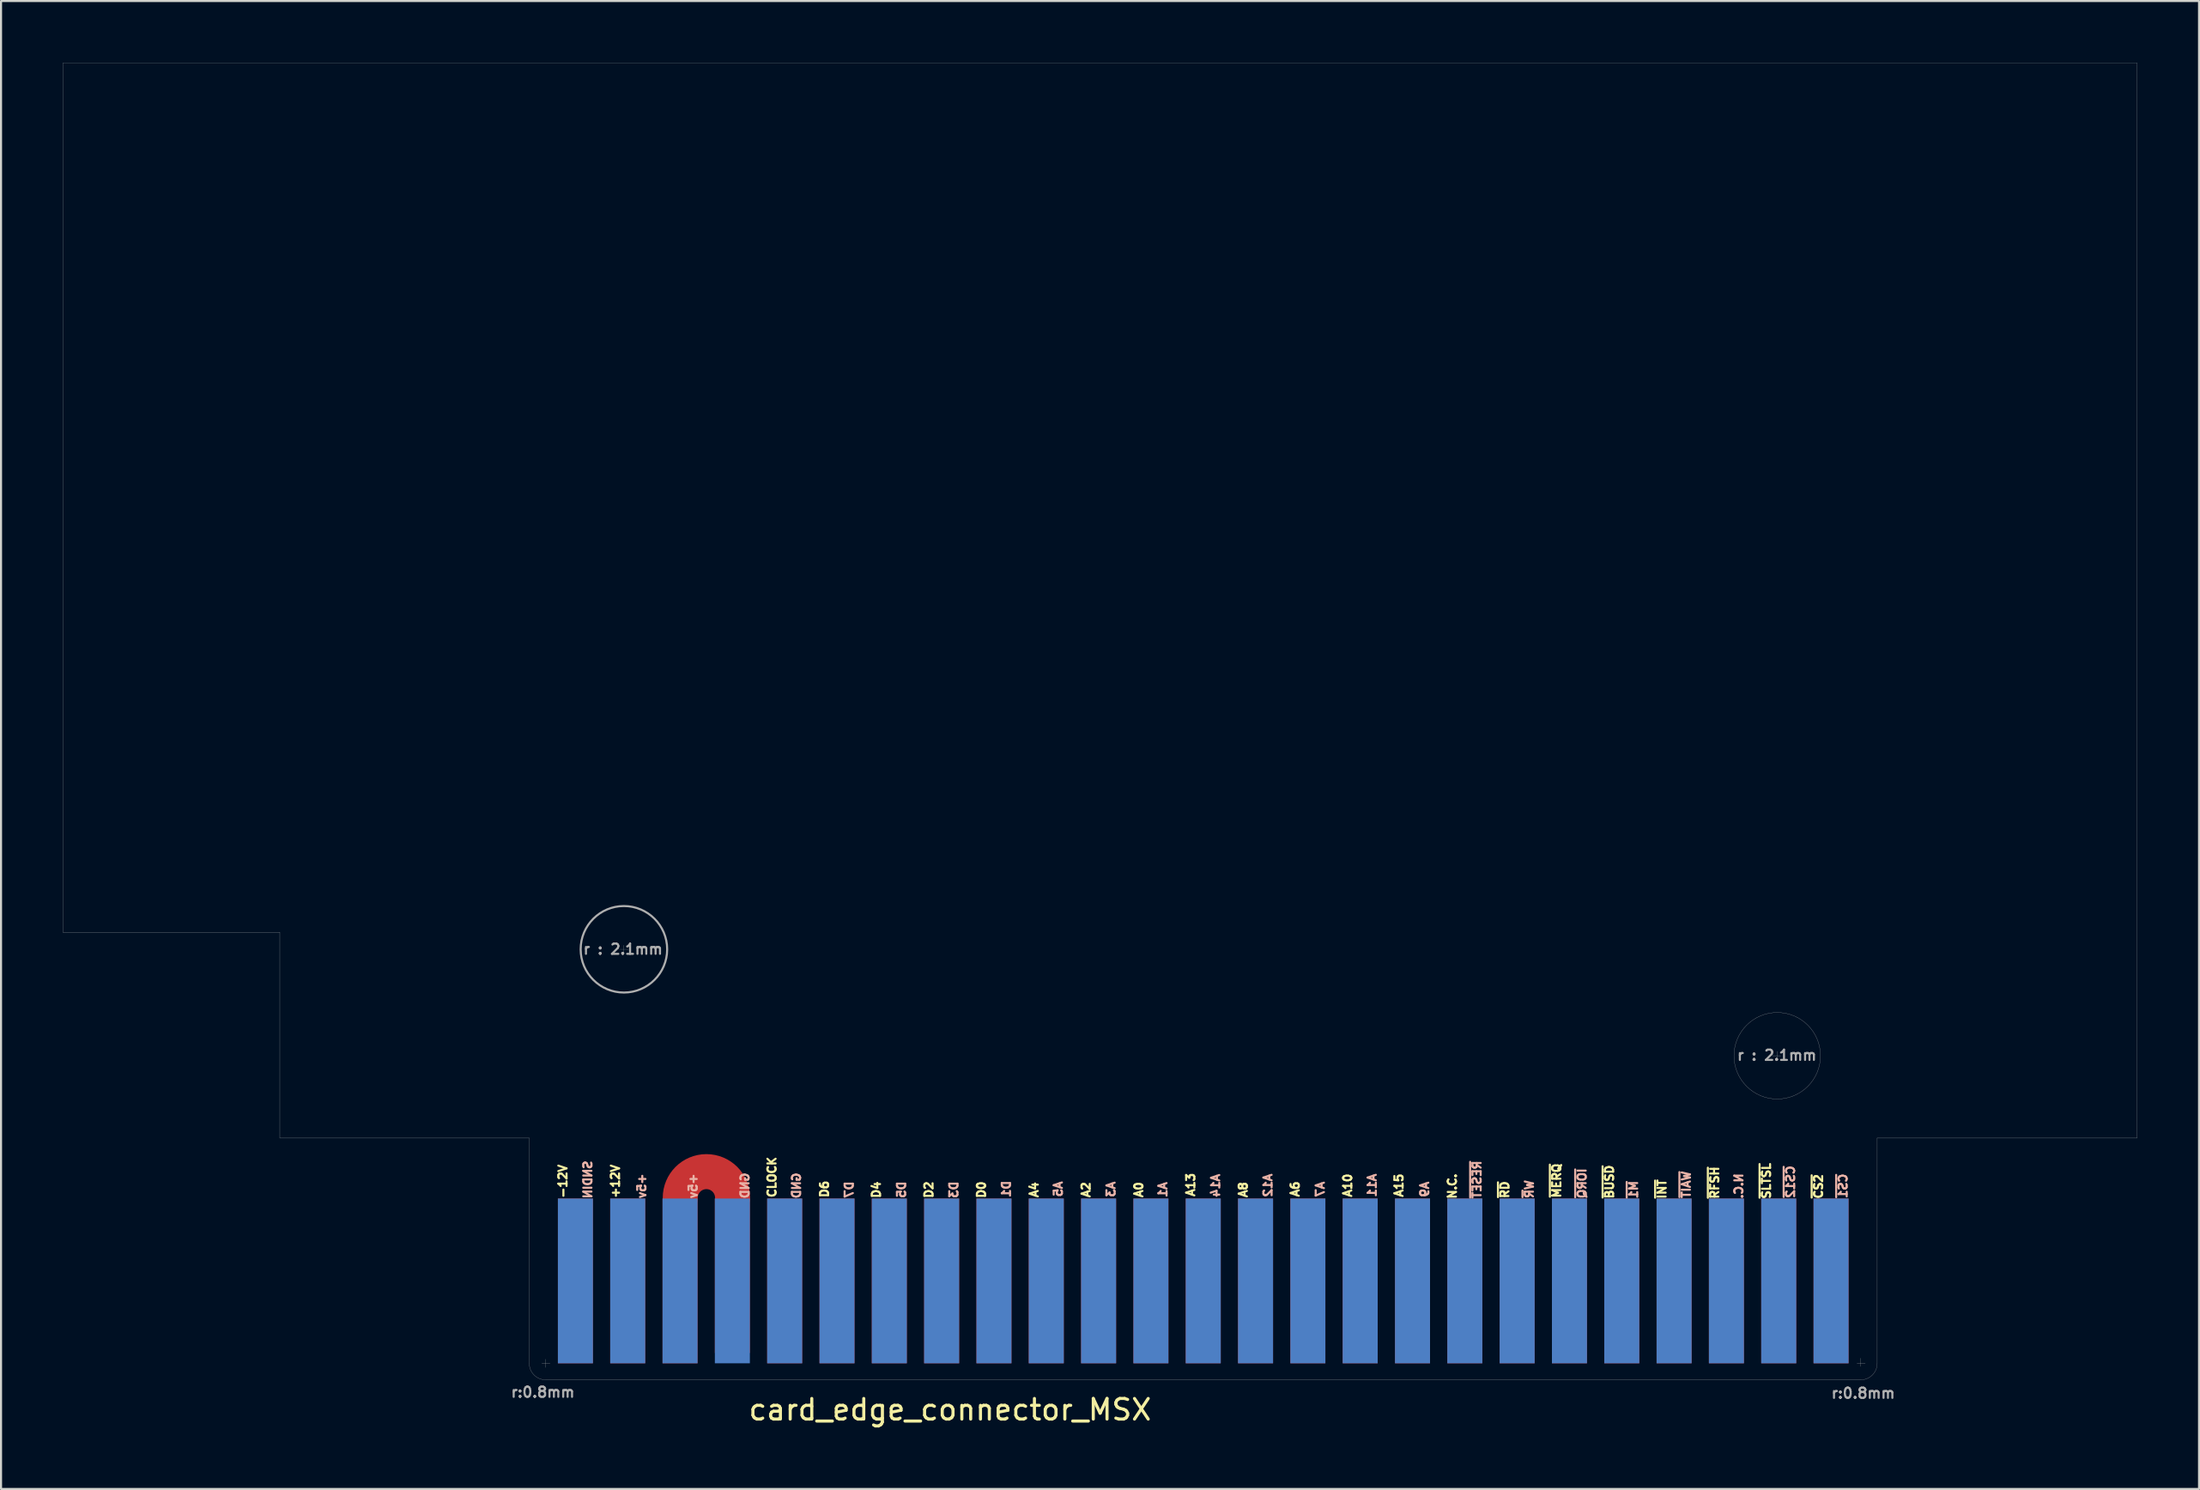
<source format=kicad_pcb>
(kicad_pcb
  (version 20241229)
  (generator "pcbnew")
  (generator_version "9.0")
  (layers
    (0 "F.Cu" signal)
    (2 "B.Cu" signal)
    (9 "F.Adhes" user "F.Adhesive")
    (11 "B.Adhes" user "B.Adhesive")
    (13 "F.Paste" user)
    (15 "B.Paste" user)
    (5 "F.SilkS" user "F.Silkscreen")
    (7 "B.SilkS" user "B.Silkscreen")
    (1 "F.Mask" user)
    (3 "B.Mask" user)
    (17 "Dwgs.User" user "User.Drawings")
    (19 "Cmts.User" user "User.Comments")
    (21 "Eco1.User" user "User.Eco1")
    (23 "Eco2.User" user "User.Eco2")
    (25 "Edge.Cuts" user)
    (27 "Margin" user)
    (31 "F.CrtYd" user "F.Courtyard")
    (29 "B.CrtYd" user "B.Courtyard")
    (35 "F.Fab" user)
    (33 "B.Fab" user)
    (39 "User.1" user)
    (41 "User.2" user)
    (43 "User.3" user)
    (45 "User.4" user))
  (footprint "card_edge_connector_MSX"
    (layer "F.Cu")
    (at 54.105 55.995)
    (property "Reference" "card_edge_connector_MSX" (at -11.03 9.4 0) (layer "F.SilkS") (effects (font (size 1 1) (thickness 0.15))))
    (attr through_hole)
    (fp_arc (start -24.13 -0.889) (mid -22.86 -2.159) (end -21.59 -0.889) (stroke (width 1.7) (type solid)) (layer "F.Cu"))
    (fp_line (start -54.1 -55.99) (end -54.1 -13.78) (stroke (width 0.01) (type solid)) (layer "F.Fab"))
    (fp_line (start -54.1 -13.78) (end -43.57 -13.78) (stroke (width 0.01) (type solid)) (layer "F.Fab"))
    (fp_line (start -43.57 -13.78) (end -43.57 -3.79) (stroke (width 0.01) (type solid)) (layer "F.Fab"))
    (fp_line (start -43.57 -3.79) (end -31.46 -3.79) (stroke (width 0.01) (type solid)) (layer "F.Fab"))
    (fp_line (start -31.46 -3.79) (end -31.46 7.15) (stroke (width 0.01) (type solid)) (layer "F.Fab"))
    (fp_line (start -30.66 6.95) (end -30.66 7.35) (stroke (width 0.01) (type solid)) (layer "F.Fab"))
    (fp_line (start -30.66 7.95) (end 33.18 7.95) (stroke (width 0.01) (type solid)) (layer "F.Fab"))
    (fp_line (start -30.45 7.15) (end -30.85 7.15) (stroke (width 0.01) (type solid)) (layer "F.Fab"))
    (fp_line (start -27.05 -12.954) (end -26.65 -12.954) (stroke (width 0.01) (type solid)) (layer "F.Fab"))
    (fp_line (start -26.865 -12.75) (end -26.865 -13.15) (stroke (width 0.01) (type solid)) (layer "F.Fab"))
    (fp_line (start 29.127 -7.6) (end 29.127 -8) (stroke (width 0.01) (type solid)) (layer "F.Fab"))
    (fp_line (start 29.3 -7.785) (end 28.9 -7.785) (stroke (width 0.01) (type solid)) (layer "F.Fab"))
    (fp_line (start 33.18 6.9) (end 33.18 7.3) (stroke (width 0.01) (type solid)) (layer "F.Fab"))
    (fp_line (start 33.4 7.15) (end 33 7.15) (stroke (width 0.01) (type solid)) (layer "F.Fab"))
    (fp_line (start 33.98 -3.79) (end 46.6 -3.79) (stroke (width 0.01) (type solid)) (layer "F.Fab"))
    (fp_line (start 33.98 7.15) (end 33.98 -3.79) (stroke (width 0.01) (type solid)) (layer "F.Fab"))
    (fp_line (start 46.6 -55.99) (end -54.1 -55.99) (stroke (width 0.01) (type solid)) (layer "F.Fab"))
    (fp_line (start 46.6 -3.79) (end 46.6 -55.99) (stroke (width 0.01) (type solid)) (layer "F.Fab"))
    (fp_arc (start -30.66 7.95) (mid -31.225685 7.715685) (end -31.46 7.15) (stroke (width 0.01) (type solid)) (layer "F.Fab"))
    (fp_arc (start 33.98 7.15) (mid 33.745685 7.715685) (end 33.18 7.95) (stroke (width 0.01) (type solid)) (layer "F.Fab"))
    (fp_circle (center -26.865 -12.954) (end -24.765 -12.954) (stroke (width 0.1) (type solid)) (fill no) (layer "F.Fab"))
    (fp_circle (center 29.127 -7.785) (end 31.227 -7.785) (stroke (width 0.01) (type solid)) (fill no) (layer "F.Fab"))
    (fp_text user "A15" (at 10.76 -1.49 90) (layer "F.SilkS") (effects (font (size 0.4 0.4) (thickness 0.1))))
    (fp_text user "A0" (at -1.87 -1.28 90) (layer "F.SilkS") (effects (font (size 0.4 0.4) (thickness 0.1))))
    (fp_text user "-12V" (at -29.83 -1.69 90) (layer "F.SilkS") (effects (font (size 0.4 0.4) (thickness 0.1))))
    (fp_text user "~{SLTSL}" (at 28.6 -1.71 90) (layer "F.SilkS") (effects (font (size 0.4 0.4) (thickness 0.1))))
    (fp_text user "A6" (at 5.72 -1.31 90) (layer "F.SilkS") (effects (font (size 0.4 0.4) (thickness 0.1))))
    (fp_text user "A10" (at 8.27 -1.49 90) (layer "F.SilkS") (effects (font (size 0.4 0.4) (thickness 0.1))))
    (fp_text user "D2" (at -12.06 -1.28 90) (layer "F.SilkS") (effects (font (size 0.4 0.4) (thickness 0.1))))
    (fp_text user "+12V" (at -27.28 -1.69 90) (layer "F.SilkS") (effects (font (size 0.4 0.4) (thickness 0.1))))
    (fp_text user "~{MERQ}" (at 18.42 -1.72 90) (layer "F.SilkS") (effects (font (size 0.4 0.4) (thickness 0.1))))
    (fp_text user "A4" (at -6.95 -1.28 90) (layer "F.SilkS") (effects (font (size 0.4 0.4) (thickness 0.1))))
    (fp_text user "A13" (at 0.65 -1.52 90) (layer "F.SilkS") (effects (font (size 0.4 0.4) (thickness 0.1))))
    (fp_text user "~{RFSH}" (at 26.09 -1.62 90) (layer "F.SilkS") (effects (font (size 0.4 0.4) (thickness 0.1))))
    (fp_text user "CLOCK" (at -19.68 -1.89 90) (layer "F.SilkS") (effects (font (size 0.4 0.4) (thickness 0.1))))
    (fp_text user "A2" (at -4.43 -1.28 90) (layer "F.SilkS") (effects (font (size 0.4 0.4) (thickness 0.1))))
    (fp_text user "~{INT}" (at 23.53 -1.31 90) (layer "F.SilkS") (effects (font (size 0.4 0.4) (thickness 0.1))))
    (fp_text user "A8" (at 3.2 -1.28 90) (layer "F.SilkS") (effects (font (size 0.4 0.4) (thickness 0.1))))
    (fp_text user "N.C." (at 13.35 -1.45 90) (layer "F.SilkS") (effects (font (size 0.4 0.4) (thickness 0.1))))
    (fp_text user "D4" (at -14.61 -1.28 90) (layer "F.SilkS") (effects (font (size 0.4 0.4) (thickness 0.1))))
    (fp_text user "~{BUSD}" (at 20.98 -1.66 90) (layer "F.SilkS") (effects (font (size 0.4 0.4) (thickness 0.1))))
    (fp_text user "D6" (at -17.13 -1.31 90) (layer "F.SilkS") (effects (font (size 0.4 0.4) (thickness 0.1))))
    (fp_text user "~{RD}" (at 15.9 -1.28 90) (layer "F.SilkS") (effects (font (size 0.4 0.4) (thickness 0.1))))
    (fp_text user "D0" (at -9.51 -1.28 90) (layer "F.SilkS") (effects (font (size 0.4 0.4) (thickness 0.1))))
    (fp_text user "~{CS2}" (at 31.13 -1.44 90) (layer "F.SilkS") (effects (font (size 0.4 0.4) (thickness 0.1))))
    (fp_text user "A7" (at 6.94 -1.3 270) (layer "B.SilkS") (effects (font (size 0.4 0.4) (thickness 0.1)) (justify mirror)))
    (fp_text user "~{M1}" (at 22.15 -1.28 270) (layer "B.SilkS") (effects (font (size 0.4 0.4) (thickness 0.1)) (justify mirror)))
    (fp_text user "D3" (at -10.85 -1.28 270) (layer "B.SilkS") (effects (font (size 0.4 0.4) (thickness 0.1)) (justify mirror)))
    (fp_text user "SNDIN" (at -28.62 -1.77 270) (layer "B.SilkS") (effects (font (size 0.4 0.4) (thickness 0.1)) (justify mirror)))
    (fp_text user "A11" (at 9.46 -1.49 270) (layer "B.SilkS") (effects (font (size 0.4 0.4) (thickness 0.1)) (justify mirror)))
    (fp_text user "~{RESET}" (at 14.55 -1.77 270) (layer "B.SilkS") (effects (font (size 0.4 0.4) (thickness 0.1)) (justify mirror)))
    (fp_text user "N.C." (at 27.26 -1.46 270) (layer "B.SilkS") (effects (font (size 0.4 0.4) (thickness 0.1)) (justify mirror)))
    (fp_text user "A14" (at 1.86 -1.48 270) (layer "B.SilkS") (effects (font (size 0.4 0.4) (thickness 0.1)) (justify mirror)))
    (fp_text user "~{WAIT}" (at 24.71 -1.53 270) (layer "B.SilkS") (effects (font (size 0.4 0.4) (thickness 0.1)) (justify mirror)))
    (fp_text user "+5v" (at -26 -1.46 270) (layer "B.SilkS") (effects (font (size 0.4 0.4) (thickness 0.1)) (justify mirror)))
    (fp_text user "A12" (at 4.4 -1.49 270) (layer "B.SilkS") (effects (font (size 0.4 0.4) (thickness 0.1)) (justify mirror)))
    (fp_text user "A9" (at 12.01 -1.3 270) (layer "B.SilkS") (effects (font (size 0.4 0.4) (thickness 0.1)) (justify mirror)))
    (fp_text user "A3" (at -3.22 -1.3 270) (layer "B.SilkS") (effects (font (size 0.4 0.4) (thickness 0.1)) (justify mirror)))
    (fp_text user "~{CS1}" (at 32.32 -1.46 270) (layer "B.SilkS") (effects (font (size 0.4 0.4) (thickness 0.1)) (justify mirror)))
    (fp_text user "+5v" (at -23.51 -1.46 270) (layer "B.SilkS") (effects (font (size 0.4 0.4) (thickness 0.1)) (justify mirror)))
    (fp_text user "GND" (at -20.99 -1.48 270) (layer "B.SilkS") (effects (font (size 0.4 0.4) (thickness 0.1)) (justify mirror)))
    (fp_text user "~{CS12}" (at 29.77 -1.66 270) (layer "B.SilkS") (effects (font (size 0.4 0.4) (thickness 0.1)) (justify mirror)))
    (fp_text user "W~{R}" (at 17.09 -1.31 270) (layer "B.SilkS") (effects (font (size 0.4 0.4) (thickness 0.1)) (justify mirror)))
    (fp_text user "A5" (at -5.78 -1.31 270) (layer "B.SilkS") (effects (font (size 0.4 0.4) (thickness 0.1)) (justify mirror)))
    (fp_text user "D1" (at -8.3 -1.31 270) (layer "B.SilkS") (effects (font (size 0.4 0.4) (thickness 0.1)) (justify mirror)))
    (fp_text user "A1" (at -0.7 -1.28 270) (layer "B.SilkS") (effects (font (size 0.4 0.4) (thickness 0.1)) (justify mirror)))
    (fp_text user "~{IORQ}" (at 19.65 -1.59 270) (layer "B.SilkS") (effects (font (size 0.4 0.4) (thickness 0.1)) (justify mirror)))
    (fp_text user "D5" (at -13.39 -1.28 270) (layer "B.SilkS") (effects (font (size 0.4 0.4) (thickness 0.1)) (justify mirror)))
    (fp_text user "GND" (at -18.49 -1.48 270) (layer "B.SilkS") (effects (font (size 0.4 0.4) (thickness 0.1)) (justify mirror)))
    (fp_text user "D7" (at -15.93 -1.28 270) (layer "B.SilkS") (effects (font (size 0.4 0.4) (thickness 0.1)) (justify mirror)))
    (fp_text user "r:0.8mm" (at 33.3 8.6 0) (layer "F.Fab") (effects (font (size 0.5 0.5) (thickness 0.1))))
    (fp_text user "r : 2.1mm" (at 29.11 -7.81 0) (layer "F.Fab") (effects (font (size 0.5 0.5) (thickness 0.1))))
    (fp_text user "r:0.8mm" (at -30.8 8.55 0) (layer "F.Fab") (effects (font (size 0.5 0.5) (thickness 0.1))))
    (fp_text user "r : 2.1mm" (at -26.91 -12.96 0) (layer "F.Fab") (effects (font (size 0.5 0.5) (thickness 0.1))))
    (pad "1" connect rect (at 31.74 3.147) (size 1.7 8) (layers "B.Cu" "B.Mask"))
    (pad "2" connect rect (at 31.74 3.147) (size 1.7 8) (layers "F.Cu" "F.Mask"))
    (pad "3" connect rect (at 29.2 3.147) (size 1.7 8) (layers "B.Cu" "B.Mask"))
    (pad "4" connect rect (at 29.2 3.147) (size 1.7 8) (layers "F.Cu" "F.Mask"))
    (pad "5" connect rect (at 26.66 3.147) (size 1.7 8) (layers "B.Cu" "B.Mask"))
    (pad "6" connect rect (at 26.66 3.147) (size 1.7 8) (layers "F.Cu" "F.Mask"))
    (pad "7" connect rect (at 24.12 3.147) (size 1.7 8) (layers "B.Cu" "B.Mask"))
    (pad "8" connect rect (at 24.12 3.147) (size 1.7 8) (layers "F.Cu" "F.Mask"))
    (pad "9" connect rect (at 21.58 3.147) (size 1.7 8) (layers "B.Cu" "B.Mask"))
    (pad "10" connect rect (at 21.58 3.147) (size 1.7 8) (layers "F.Cu" "F.Mask"))
    (pad "11" connect rect (at 19.04 3.147) (size 1.7 8) (layers "B.Cu" "B.Mask"))
    (pad "12" connect rect (at 19.04 3.147) (size 1.7 8) (layers "F.Cu" "F.Mask"))
    (pad "13" connect rect (at 16.5 3.147) (size 1.7 8) (layers "B.Cu" "B.Mask"))
    (pad "14" connect rect (at 16.5 3.147) (size 1.7 8) (layers "F.Cu" "F.Mask"))
    (pad "15" connect rect (at 13.96 3.147) (size 1.7 8) (layers "B.Cu" "B.Mask"))
    (pad "16" connect rect (at 13.96 3.147) (size 1.7 8) (layers "F.Cu" "F.Mask"))
    (pad "17" connect rect (at 11.42 3.147) (size 1.7 8) (layers "B.Cu" "B.Mask"))
    (pad "18" connect rect (at 11.42 3.147) (size 1.7 8) (layers "F.Cu" "F.Mask"))
    (pad "19" connect rect (at 8.88 3.147) (size 1.7 8) (layers "B.Cu" "B.Mask"))
    (pad "20" connect rect (at 8.88 3.147) (size 1.7 8) (layers "F.Cu" "F.Mask"))
    (pad "21" connect rect (at 6.34 3.147) (size 1.7 8) (layers "B.Cu" "B.Mask"))
    (pad "22" connect rect (at 6.34 3.147) (size 1.7 8) (layers "F.Cu" "F.Mask"))
    (pad "23" connect rect (at 3.8 3.147) (size 1.7 8) (layers "B.Cu" "B.Mask"))
    (pad "24" connect rect (at 3.8 3.147) (size 1.7 8) (layers "F.Cu" "F.Mask"))
    (pad "25" connect rect (at 1.26 3.147) (size 1.7 8) (layers "B.Cu" "B.Mask"))
    (pad "26" connect rect (at 1.26 3.147) (size 1.7 8) (layers "F.Cu" "F.Mask"))
    (pad "27" connect rect (at -1.28 3.147) (size 1.7 8) (layers "B.Cu" "B.Mask"))
    (pad "28" connect rect (at -1.28 3.147) (size 1.7 8) (layers "F.Cu" "F.Mask"))
    (pad "29" connect rect (at -3.82 3.147) (size 1.7 8) (layers "B.Cu" "B.Mask"))
    (pad "30" connect rect (at -3.82 3.147) (size 1.7 8) (layers "F.Cu" "F.Mask"))
    (pad "31" connect rect (at -6.36 3.147) (size 1.7 8) (layers "B.Cu" "B.Mask"))
    (pad "32" connect rect (at -6.36 3.147) (size 1.7 8) (layers "F.Cu" "F.Mask"))
    (pad "33" connect rect (at -8.9 3.147) (size 1.7 8) (layers "B.Cu" "B.Mask"))
    (pad "34" connect rect (at -8.9 3.147) (size 1.7 8) (layers "F.Cu" "F.Mask"))
    (pad "35" connect rect (at -11.44 3.147) (size 1.7 8) (layers "B.Cu" "B.Mask"))
    (pad "36" connect rect (at -11.44 3.147) (size 1.7 8) (layers "F.Cu" "F.Mask"))
    (pad "37" connect rect (at -13.98 3.147) (size 1.7 8) (layers "B.Cu" "B.Mask"))
    (pad "38" connect rect (at -13.98 3.147) (size 1.7 8) (layers "F.Cu" "F.Mask"))
    (pad "39" connect rect (at -16.52 3.147) (size 1.7 8) (layers "B.Cu" "B.Mask"))
    (pad "40" connect rect (at -16.52 3.147) (size 1.7 8) (layers "F.Cu" "F.Mask"))
    (pad "41" connect rect (at -19.06 3.147) (size 1.7 8) (layers "B.Cu" "B.Mask"))
    (pad "42" connect rect (at -19.06 3.147) (size 1.7 8) (layers "F.Cu" "F.Mask"))
    (pad "43" connect rect (at -21.6 3.147) (size 1.7 8) (layers "B.Cu" "B.Mask"))
    (pad "44" connect rect (at -21.6 2.898) (size 1.7 7.5) (layers "F.Cu" "F.Mask"))
    (pad "45" connect rect (at -24.14 3.147) (size 1.7 8) (layers "B.Cu" "B.Mask"))
    (pad "46" connect rect (at -24.14 3.147) (size 1.7 8) (layers "F.Cu" "F.Mask"))
    (pad "47" connect rect (at -26.68 3.147) (size 1.7 8) (layers "B.Cu" "B.Mask"))
    (pad "48" connect rect (at -26.68 3.147) (size 1.7 8) (layers "F.Cu" "F.Mask"))
    (pad "49" connect rect (at -29.22 3.147) (size 1.7 8) (layers "B.Cu" "B.Mask"))
    (pad "50" connect rect (at -29.22 3.147) (size 1.7 8) (layers "F.Cu" "F.Mask")))
  (gr_rect
    (start -3 -3)
    (end 103.71 69.243)
    (stroke (width 0.1) (type default))
    (fill no)
    (layer "Edge.Cuts")))
</source>
